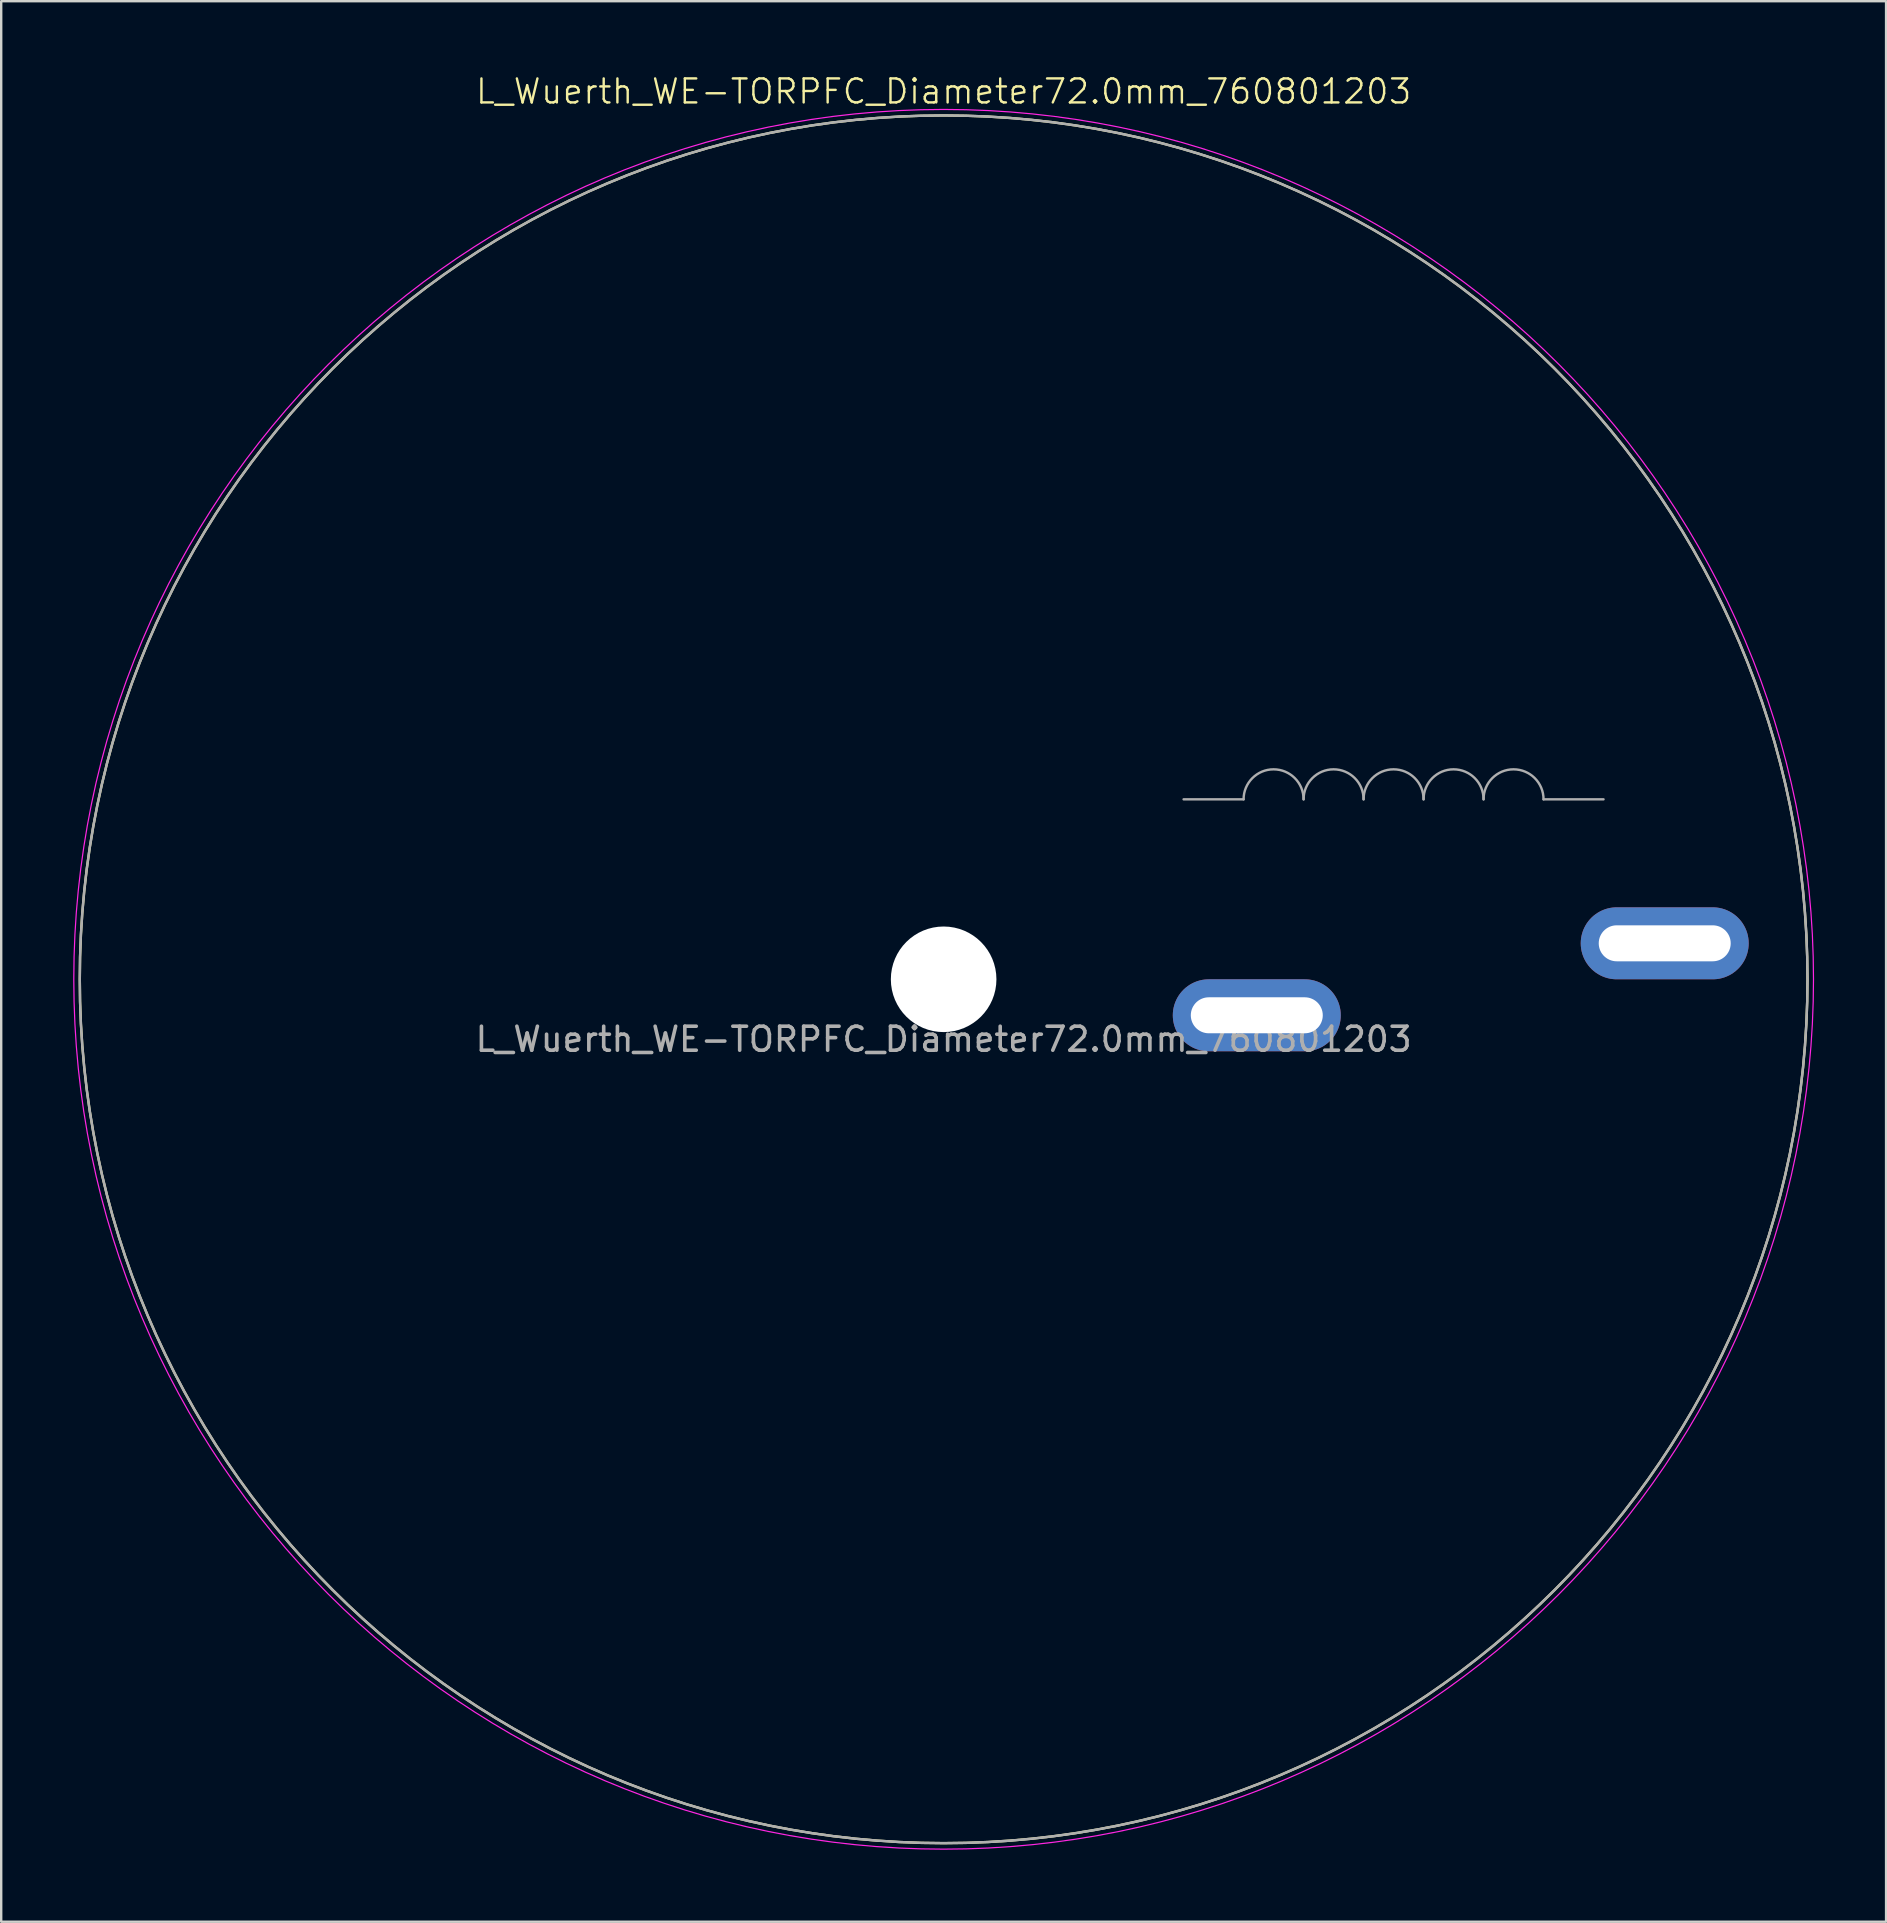
<source format=kicad_pcb>
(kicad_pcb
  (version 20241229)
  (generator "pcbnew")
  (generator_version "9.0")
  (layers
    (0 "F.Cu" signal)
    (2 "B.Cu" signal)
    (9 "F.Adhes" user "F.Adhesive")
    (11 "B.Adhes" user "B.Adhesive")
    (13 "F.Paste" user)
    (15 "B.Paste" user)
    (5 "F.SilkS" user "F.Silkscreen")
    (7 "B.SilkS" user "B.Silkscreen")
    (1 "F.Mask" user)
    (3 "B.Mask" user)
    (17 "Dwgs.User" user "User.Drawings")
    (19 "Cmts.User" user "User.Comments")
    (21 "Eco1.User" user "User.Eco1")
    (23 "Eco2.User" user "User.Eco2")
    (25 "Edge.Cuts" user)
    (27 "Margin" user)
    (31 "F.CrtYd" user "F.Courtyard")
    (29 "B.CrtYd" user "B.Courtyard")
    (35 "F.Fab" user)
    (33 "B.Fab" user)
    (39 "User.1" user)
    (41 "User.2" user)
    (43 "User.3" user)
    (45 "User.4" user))
  (footprint "L_Wuerth_WE-TORPFC_Diameter72.0mm_760801203"
    (layer "F.Cu")
    (at 36.275 37.761)
    (property "Reference" "L_Wuerth_WE-TORPFC_Diameter72.0mm_760801203" (at 0 -37 0) (unlocked yes) (layer "F.SilkS") (effects (font (size 1 1) (thickness 0.1))))
    (attr through_hole)
    (fp_circle (center 0 0) (end 36 0) (stroke (width 0.1) (type default)) (fill no) (layer "F.SilkS"))
    (fp_circle (center 0 0) (end 36.25 0) (stroke (width 0.05) (type default)) (fill no) (layer "F.CrtYd"))
    (fp_line (start 12.5 -7.5) (end 10 -7.5) (stroke (width 0.1) (type default)) (layer "F.Fab"))
    (fp_line (start 25 -7.5) (end 27.5 -7.5) (stroke (width 0.1) (type default)) (layer "F.Fab"))
    (fp_arc (start 12.5 -7.5) (mid 13.75 -8.75) (end 15 -7.5) (stroke (width 0.1) (type default)) (layer "F.Fab"))
    (fp_arc (start 15 -7.5) (mid 16.25 -8.75) (end 17.5 -7.5) (stroke (width 0.1) (type default)) (layer "F.Fab"))
    (fp_arc (start 17.5 -7.5) (mid 18.75 -8.75) (end 20 -7.5) (stroke (width 0.1) (type default)) (layer "F.Fab"))
    (fp_arc (start 20 -7.5) (mid 21.25 -8.75) (end 22.5 -7.5) (stroke (width 0.1) (type default)) (layer "F.Fab"))
    (fp_arc (start 22.5 -7.5) (mid 23.75 -8.75) (end 25 -7.5) (stroke (width 0.1) (type default)) (layer "F.Fab"))
    (fp_circle (center 0 0) (end 36 0) (stroke (width 0.1) (type default)) (fill no) (layer "F.Fab"))
    (fp_text user "${REFERENCE}" (at 0 2.5 0) (unlocked yes) (layer "F.Fab") (effects (font (size 1 1) (thickness 0.15))))
    (pad "" np_thru_hole circle (at 0 0) (size 4.4 4.4) (drill 4.4) (layers "*.Cu" "*.Mask"))
    (pad "1" thru_hole oval (at 13.05 1.5) (size 7 3) (drill oval 5.5 1.5) (layers "*.Cu" "*.Mask"))
    (pad "2" thru_hole oval (at 30.05 -1.5) (size 7 3) (drill oval 5.5 1.5) (layers "*.Cu" "*.Mask")))
  (gr_rect
    (start -3 -3)
    (end 75.55 77.035)
    (stroke (width 0.1) (type default))
    (fill no)
    (layer "Edge.Cuts")))
</source>
